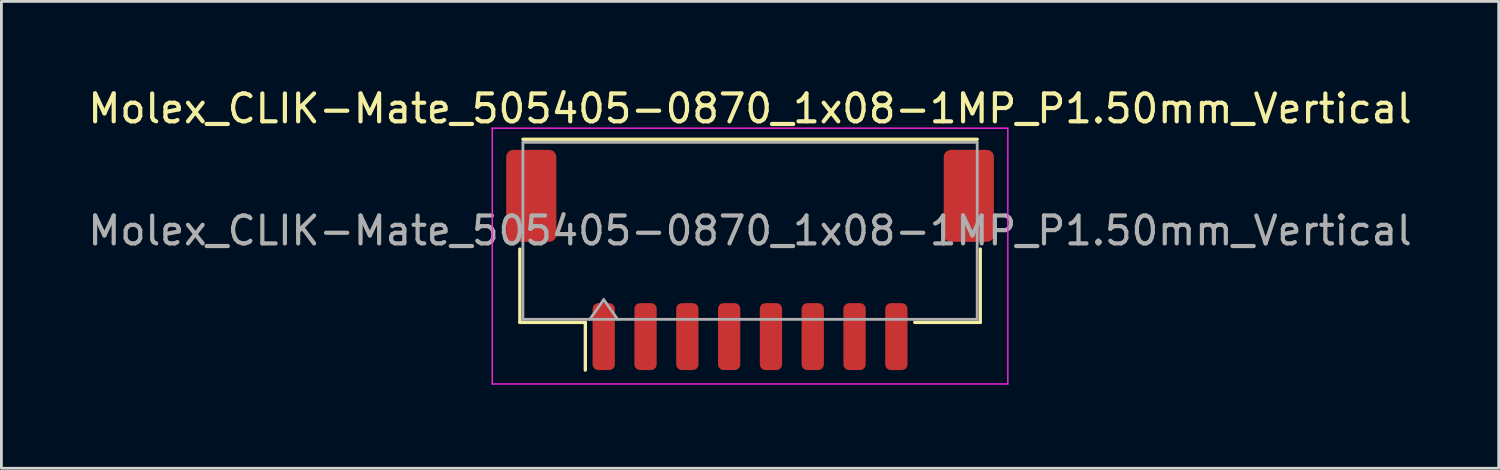
<source format=kicad_pcb>
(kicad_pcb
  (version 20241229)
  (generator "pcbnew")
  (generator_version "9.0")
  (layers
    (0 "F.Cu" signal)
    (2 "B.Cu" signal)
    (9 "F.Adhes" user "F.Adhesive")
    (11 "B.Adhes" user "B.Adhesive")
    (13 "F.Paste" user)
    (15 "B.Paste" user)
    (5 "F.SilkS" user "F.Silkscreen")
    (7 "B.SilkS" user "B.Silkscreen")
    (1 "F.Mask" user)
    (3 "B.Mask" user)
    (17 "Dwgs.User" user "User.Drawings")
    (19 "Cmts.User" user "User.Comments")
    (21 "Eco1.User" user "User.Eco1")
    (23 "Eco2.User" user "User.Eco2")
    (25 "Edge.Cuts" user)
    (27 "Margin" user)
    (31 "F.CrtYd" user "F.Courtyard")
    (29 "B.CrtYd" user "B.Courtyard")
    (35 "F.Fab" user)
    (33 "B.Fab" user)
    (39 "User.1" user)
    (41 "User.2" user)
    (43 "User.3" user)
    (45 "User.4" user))
  (footprint "Molex_CLIK-Mate_505405-0870_1x08-1MP_P1.50mm_Vertical"
    (layer "F.Cu")
    (at 23.863 6.278)
    (property "Reference" "Molex_CLIK-Mate_505405-0870_1x08-1MP_P1.50mm_Vertical" (at 0 -5.43 0) (layer "F.SilkS") (effects (font (size 1 1) (thickness 0.15))))
    (attr smd)
    (fp_line (start -8.26 -0.39) (end -8.26 2.24) (stroke (width 0.12) (type solid)) (layer "F.SilkS"))
    (fp_line (start -8.26 2.24) (end -5.91 2.24) (stroke (width 0.12) (type solid)) (layer "F.SilkS"))
    (fp_line (start -8.15 -4.33) (end 8.15 -4.33) (stroke (width 0.12) (type solid)) (layer "F.SilkS"))
    (fp_line (start -5.91 2.24) (end -5.91 3.95) (stroke (width 0.12) (type solid)) (layer "F.SilkS"))
    (fp_line (start 8.26 -0.39) (end 8.26 2.24) (stroke (width 0.12) (type solid)) (layer "F.SilkS"))
    (fp_line (start 8.26 2.24) (end 5.91 2.24) (stroke (width 0.12) (type solid)) (layer "F.SilkS"))
    (fp_line (start -9.25 -4.73) (end -9.25 4.45) (stroke (width 0.05) (type solid)) (layer "F.CrtYd"))
    (fp_line (start -9.25 4.45) (end 9.25 4.45) (stroke (width 0.05) (type solid)) (layer "F.CrtYd"))
    (fp_line (start 9.25 -4.73) (end -9.25 -4.73) (stroke (width 0.05) (type solid)) (layer "F.CrtYd"))
    (fp_line (start 9.25 4.45) (end 9.25 -4.73) (stroke (width 0.05) (type solid)) (layer "F.CrtYd"))
    (fp_line (start -8.15 -4.22) (end 8.15 -4.22) (stroke (width 0.1) (type solid)) (layer "F.Fab"))
    (fp_line (start -8.15 2.13) (end -8.15 -4.22) (stroke (width 0.1) (type solid)) (layer "F.Fab"))
    (fp_line (start -8.15 2.13) (end 8.15 2.13) (stroke (width 0.1) (type solid)) (layer "F.Fab"))
    (fp_line (start -5.75 2.13) (end -5.25 1.423) (stroke (width 0.1) (type solid)) (layer "F.Fab"))
    (fp_line (start -5.25 1.423) (end -4.75 2.13) (stroke (width 0.1) (type solid)) (layer "F.Fab"))
    (fp_line (start 8.15 2.13) (end 8.15 -4.22) (stroke (width 0.1) (type solid)) (layer "F.Fab"))
    (fp_text user "${REFERENCE}" (at 0 -1.05 0) (layer "F.Fab") (effects (font (size 1 1) (thickness 0.15))))
    (pad "1" smd roundrect (at -5.25 2.75) (size 0.8 2.4) (layers "F.Cu" "F.Mask" "F.Paste") (roundrect_rratio 0.25))
    (pad "2" smd roundrect (at -3.75 2.75) (size 0.8 2.4) (layers "F.Cu" "F.Mask" "F.Paste") (roundrect_rratio 0.25))
    (pad "3" smd roundrect (at -2.25 2.75) (size 0.8 2.4) (layers "F.Cu" "F.Mask" "F.Paste") (roundrect_rratio 0.25))
    (pad "4" smd roundrect (at -0.75 2.75) (size 0.8 2.4) (layers "F.Cu" "F.Mask" "F.Paste") (roundrect_rratio 0.25))
    (pad "5" smd roundrect (at 0.75 2.75) (size 0.8 2.4) (layers "F.Cu" "F.Mask" "F.Paste") (roundrect_rratio 0.25))
    (pad "6" smd roundrect (at 2.25 2.75) (size 0.8 2.4) (layers "F.Cu" "F.Mask" "F.Paste") (roundrect_rratio 0.25))
    (pad "7" smd roundrect (at 3.75 2.75) (size 0.8 2.4) (layers "F.Cu" "F.Mask" "F.Paste") (roundrect_rratio 0.25))
    (pad "8" smd roundrect (at 5.25 2.75) (size 0.8 2.4) (layers "F.Cu" "F.Mask" "F.Paste") (roundrect_rratio 0.25))
    (pad "MP" smd roundrect (at -7.85 -2.3) (size 1.8 3.3) (layers "F.Cu" "F.Mask" "F.Paste") (roundrect_rratio 0.139))
    (pad "MP" smd roundrect (at 7.85 -2.3) (size 1.8 3.3) (layers "F.Cu" "F.Mask" "F.Paste") (roundrect_rratio 0.139)))
  (gr_rect
    (start -3 -3)
    (end 50.726 13.753)
    (stroke (width 0.1) (type default))
    (fill no)
    (layer "Edge.Cuts")))
</source>
